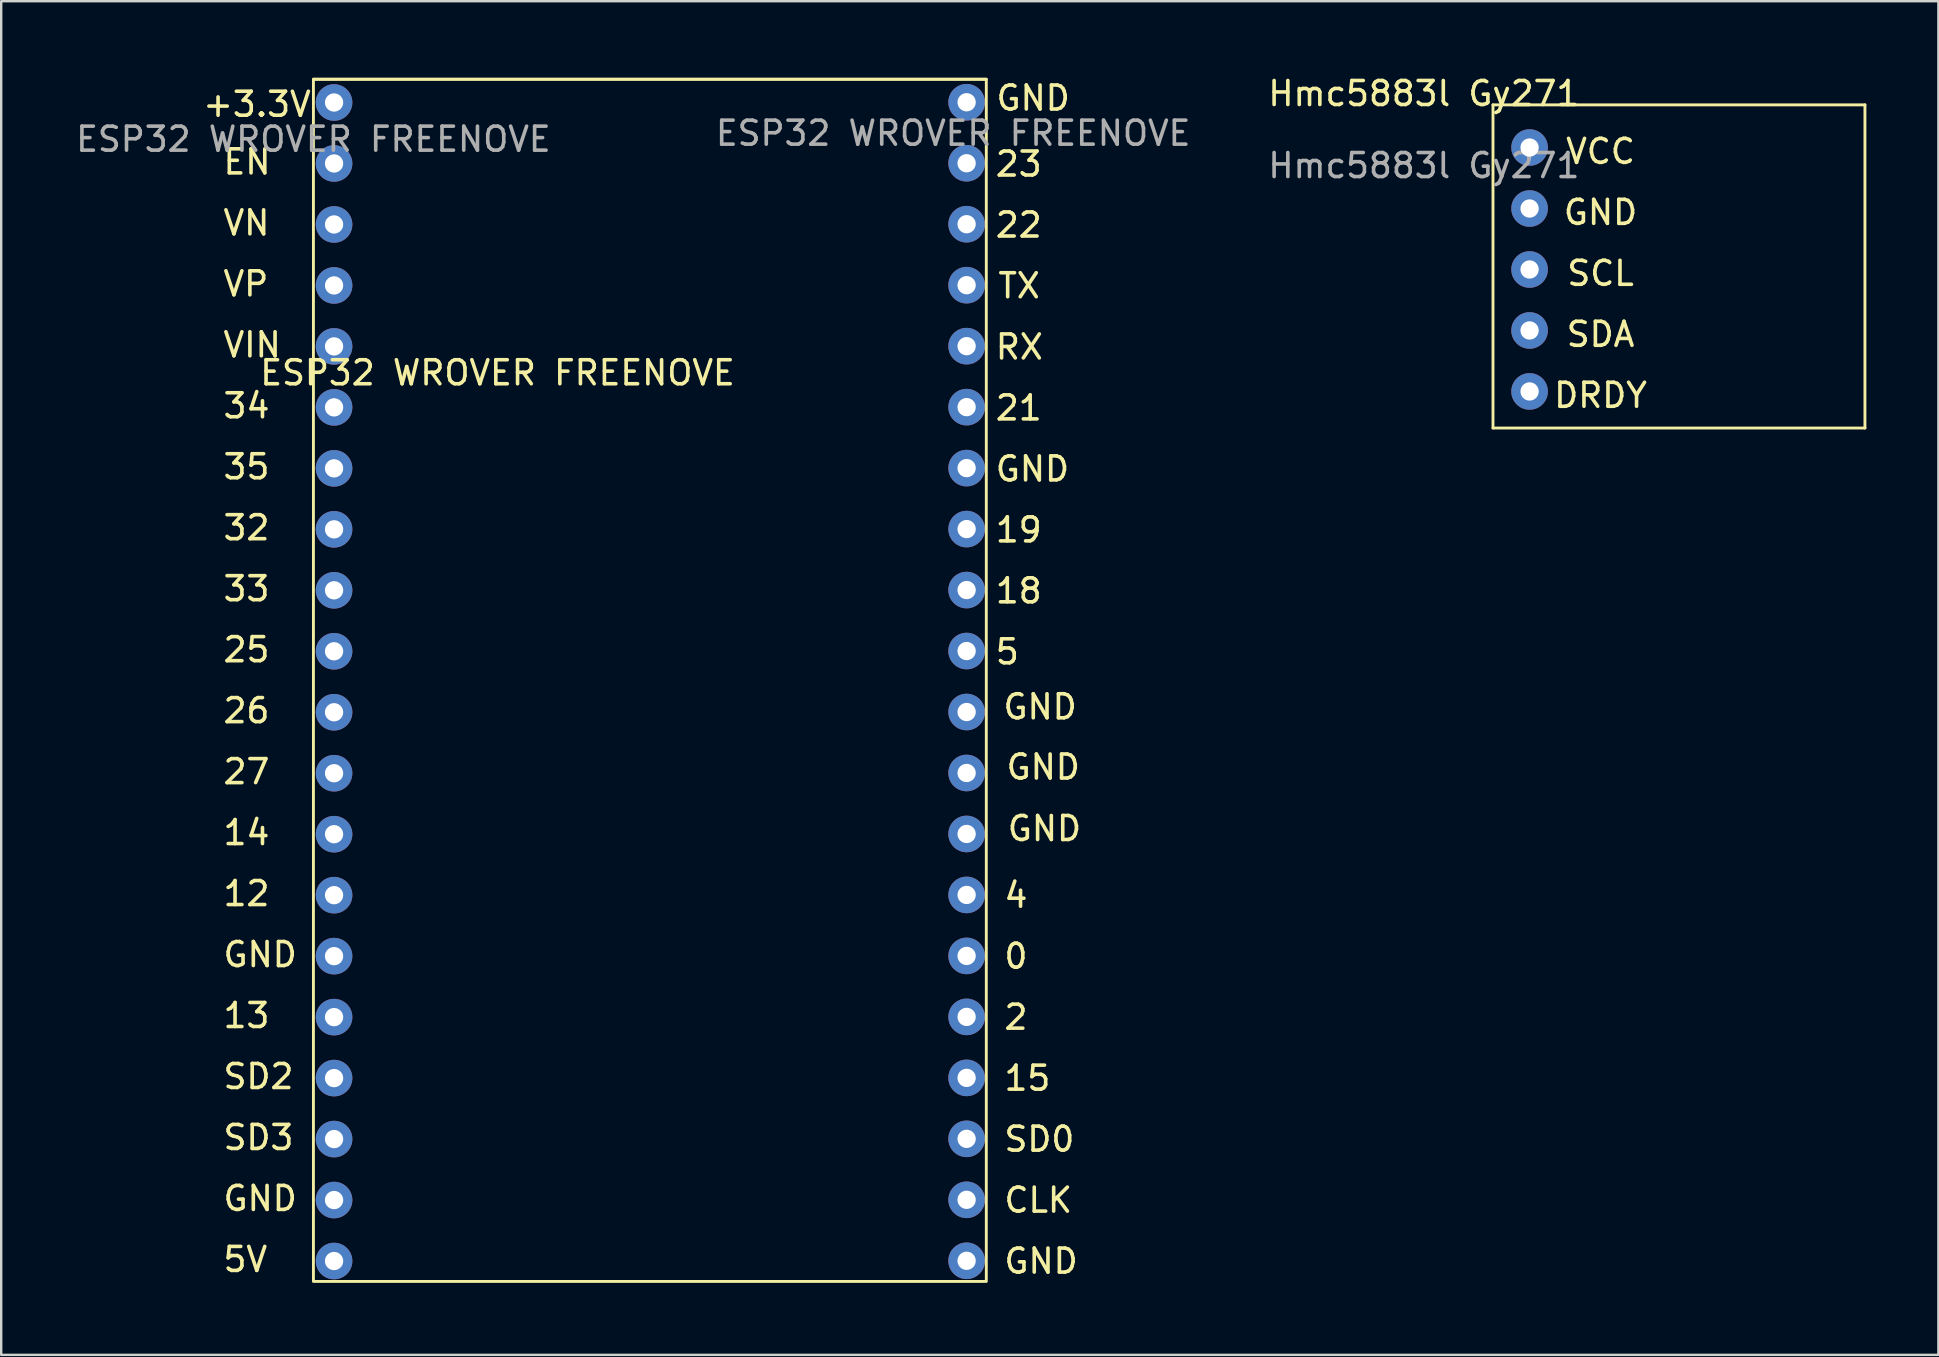
<source format=kicad_pcb>
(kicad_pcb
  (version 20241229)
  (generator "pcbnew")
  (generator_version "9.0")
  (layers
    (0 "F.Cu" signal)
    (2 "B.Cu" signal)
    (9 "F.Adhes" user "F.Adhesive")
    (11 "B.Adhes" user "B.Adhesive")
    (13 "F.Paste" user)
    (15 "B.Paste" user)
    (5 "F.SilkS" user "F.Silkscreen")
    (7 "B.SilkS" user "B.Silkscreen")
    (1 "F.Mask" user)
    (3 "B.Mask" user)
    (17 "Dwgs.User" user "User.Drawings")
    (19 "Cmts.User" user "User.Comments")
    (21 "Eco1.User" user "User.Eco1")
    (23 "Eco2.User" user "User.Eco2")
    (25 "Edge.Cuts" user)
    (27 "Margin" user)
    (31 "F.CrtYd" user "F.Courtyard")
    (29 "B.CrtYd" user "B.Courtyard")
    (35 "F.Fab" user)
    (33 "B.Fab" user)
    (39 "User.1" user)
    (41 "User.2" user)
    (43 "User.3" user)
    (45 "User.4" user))
  (footprint "ESP32 WROVER FREENOVE"
    (layer "F.Cu")
    (at 10.006 0.25)
    (property "Reference" "ESP32 WROVER FREENOVE" (at 7.67 12.23 0) (unlocked yes) (layer "F.SilkS") (effects (font (size 1 1) (thickness 0.15))))
    (attr through_hole)
    (fp_line (start 0 0) (end 28.03 0) (stroke (width 0.12) (type default)) (layer "F.SilkS"))
    (fp_rect (start 0 0) (end 28.03 50.08) (stroke (width 0.12) (type default)) (fill no) (layer "F.SilkS"))
    (fp_text user "14" (at -3.84 31.97 0) (unlocked yes) (layer "F.SilkS") (effects (font (size 1 1) (thickness 0.15)) (justify left bottom)))
    (fp_text user "SD0" (at 28.69 44.74 0) (unlocked yes) (layer "F.SilkS") (effects (font (size 1 1) (thickness 0.15)) (justify left bottom)))
    (fp_text user "19" (at 28.33 19.36 0) (unlocked yes) (layer "F.SilkS") (effects (font (size 1 1) (thickness 0.15)) (justify left bottom)))
    (fp_text user "23" (at 28.33 4.12 0) (unlocked yes) (layer "F.SilkS") (effects (font (size 1 1) (thickness 0.15)) (justify left bottom)))
    (fp_text user "VN" (at -3.84 6.57 0) (unlocked yes) (layer "F.SilkS") (effects (font (size 1 1) (thickness 0.15)) (justify left bottom)))
    (fp_text user "15" (at 28.69 42.2 0) (unlocked yes) (layer "F.SilkS") (effects (font (size 1 1) (thickness 0.15)) (justify left bottom)))
    (fp_text user "TX" (at 28.44 9.19 0) (unlocked yes) (layer "F.SilkS") (effects (font (size 1 1) (thickness 0.15)) (justify left bottom)))
    (fp_text user "RX" (at 28.33 11.74 0) (unlocked yes) (layer "F.SilkS") (effects (font (size 1 1) (thickness 0.15)) (justify left bottom)))
    (fp_text user "GND" (at 28.36 1.37 0) (unlocked yes) (layer "F.SilkS") (effects (font (size 1 1) (thickness 0.15)) (justify left bottom)))
    (fp_text user "25" (at -3.84 24.35 0) (unlocked yes) (layer "F.SilkS") (effects (font (size 1 1) (thickness 0.15)) (justify left bottom)))
    (fp_text user "SD3" (at -3.84 44.67 0) (unlocked yes) (layer "F.SilkS") (effects (font (size 1 1) (thickness 0.15)) (justify left bottom)))
    (fp_text user "2" (at 28.69 39.66 0) (unlocked yes) (layer "F.SilkS") (effects (font (size 1 1) (thickness 0.15)) (justify left bottom)))
    (fp_text user "+3.3V" (at -4.69 1.63 0) (unlocked yes) (layer "F.SilkS") (effects (font (size 1 1) (thickness 0.15)) (justify left bottom)))
    (fp_text user "27" (at -3.84 29.43 0) (unlocked yes) (layer "F.SilkS") (effects (font (size 1 1) (thickness 0.15)) (justify left bottom)))
    (fp_text user "4" (at 28.69 34.58 0) (unlocked yes) (layer "F.SilkS") (effects (font (size 1 1) (thickness 0.15)) (justify left bottom)))
    (fp_text user "GND" (at 28.83 31.8 0) (unlocked yes) (layer "F.SilkS") (effects (font (size 1 1) (thickness 0.15)) (justify left bottom)))
    (fp_text user "32" (at -3.84 19.27 0) (unlocked yes) (layer "F.SilkS") (effects (font (size 1 1) (thickness 0.15)) (justify left bottom)))
    (fp_text user "VIN" (at -3.84 11.65 0) (unlocked yes) (layer "F.SilkS") (effects (font (size 1 1) (thickness 0.15)) (justify left bottom)))
    (fp_text user "12" (at -3.84 34.51 0) (unlocked yes) (layer "F.SilkS") (effects (font (size 1 1) (thickness 0.15)) (justify left bottom)))
    (fp_text user "EN" (at -3.84 4.03 0) (unlocked yes) (layer "F.SilkS") (effects (font (size 1 1) (thickness 0.15)) (justify left bottom)))
    (fp_text user "0" (at 28.69 37.12 0) (unlocked yes) (layer "F.SilkS") (effects (font (size 1 1) (thickness 0.15)) (justify left bottom)))
    (fp_text user "13" (at -3.84 39.59 0) (unlocked yes) (layer "F.SilkS") (effects (font (size 1 1) (thickness 0.15)) (justify left bottom)))
    (fp_text user "26" (at -3.84 26.89 0) (unlocked yes) (layer "F.SilkS") (effects (font (size 1 1) (thickness 0.15)) (justify left bottom)))
    (fp_text user "33" (at -3.84 21.81 0) (unlocked yes) (layer "F.SilkS") (effects (font (size 1 1) (thickness 0.15)) (justify left bottom)))
    (fp_text user "5" (at 28.33 24.44 0) (unlocked yes) (layer "F.SilkS") (effects (font (size 1 1) (thickness 0.15)) (justify left bottom)))
    (fp_text user "GND" (at -3.84 37.05 0) (unlocked yes) (layer "F.SilkS") (effects (font (size 1 1) (thickness 0.15)) (justify left bottom)))
    (fp_text user "34" (at -3.84 14.19 0) (unlocked yes) (layer "F.SilkS") (effects (font (size 1 1) (thickness 0.15)) (justify left bottom)))
    (fp_text user "GND" (at -3.84 47.21 0) (unlocked yes) (layer "F.SilkS") (effects (font (size 1 1) (thickness 0.15)) (justify left bottom)))
    (fp_text user "GND" (at 28.65 26.73 0) (unlocked yes) (layer "F.SilkS") (effects (font (size 1 1) (thickness 0.15)) (justify left bottom)))
    (fp_text user "VP" (at -3.84 9.11 0) (unlocked yes) (layer "F.SilkS") (effects (font (size 1 1) (thickness 0.15)) (justify left bottom)))
    (fp_text user "CLK" (at 28.69 47.28 0) (unlocked yes) (layer "F.SilkS") (effects (font (size 1 1) (thickness 0.15)) (justify left bottom)))
    (fp_text user "GND" (at 28.33 16.82 0) (unlocked yes) (layer "F.SilkS") (effects (font (size 1 1) (thickness 0.15)) (justify left bottom)))
    (fp_text user "22" (at 28.33 6.66 0) (unlocked yes) (layer "F.SilkS") (effects (font (size 1 1) (thickness 0.15)) (justify left bottom)))
    (fp_text user "SD2" (at -3.84 42.13 0) (unlocked yes) (layer "F.SilkS") (effects (font (size 1 1) (thickness 0.15)) (justify left bottom)))
    (fp_text user "GND" (at 28.78 29.24 0) (unlocked yes) (layer "F.SilkS") (effects (font (size 1 1) (thickness 0.15)) (justify left bottom)))
    (fp_text user "GND" (at 28.69 49.82 0) (unlocked yes) (layer "F.SilkS") (effects (font (size 1 1) (thickness 0.15)) (justify left bottom)))
    (fp_text user "5V" (at -3.84 49.75 0) (unlocked yes) (layer "F.SilkS") (effects (font (size 1 1) (thickness 0.15)) (justify left bottom)))
    (fp_text user "35" (at -3.84 16.73 0) (unlocked yes) (layer "F.SilkS") (effects (font (size 1 1) (thickness 0.15)) (justify left bottom)))
    (fp_text user "21" (at 28.33 14.28 0) (unlocked yes) (layer "F.SilkS") (effects (font (size 1 1) (thickness 0.15)) (justify left bottom)))
    (fp_text user "18" (at 28.33 21.9 0) (unlocked yes) (layer "F.SilkS") (effects (font (size 1 1) (thickness 0.15)) (justify left bottom)))
    (fp_text user "${REFERENCE}" (at 26.65 2.25 0) (unlocked yes) (layer "F.Fab") (effects (font (size 1 1) (thickness 0.15))))
    (fp_text user "${REFERENCE}" (at 0 2.5 0) (unlocked yes) (layer "F.Fab") (effects (font (size 1 1) (thickness 0.15))))
    (pad "1" thru_hole circle (at 0.86 0.97) (size 1.524 1.524) (drill 0.762) (layers "*.Cu" "*.Mask"))
    (pad "2" thru_hole circle (at 0.86 3.51) (size 1.524 1.524) (drill 0.762) (layers "*.Cu" "*.Mask"))
    (pad "3" thru_hole circle (at 0.86 6.05) (size 1.524 1.524) (drill 0.762) (layers "*.Cu" "*.Mask"))
    (pad "4" thru_hole circle (at 0.86 8.59) (size 1.524 1.524) (drill 0.762) (layers "*.Cu" "*.Mask"))
    (pad "5" thru_hole circle (at 0.86 11.13) (size 1.524 1.524) (drill 0.762) (layers "*.Cu" "*.Mask"))
    (pad "6" thru_hole circle (at 0.86 13.67) (size 1.524 1.524) (drill 0.762) (layers "*.Cu" "*.Mask"))
    (pad "7" thru_hole circle (at 0.86 16.21) (size 1.524 1.524) (drill 0.762) (layers "*.Cu" "*.Mask"))
    (pad "8" thru_hole circle (at 0.86 18.75) (size 1.524 1.524) (drill 0.762) (layers "*.Cu" "*.Mask"))
    (pad "9" thru_hole circle (at 0.86 21.29) (size 1.524 1.524) (drill 0.762) (layers "*.Cu" "*.Mask"))
    (pad "10" thru_hole circle (at 0.86 23.83) (size 1.524 1.524) (drill 0.762) (layers "*.Cu" "*.Mask"))
    (pad "11" thru_hole circle (at 0.86 26.37) (size 1.524 1.524) (drill 0.762) (layers "*.Cu" "*.Mask"))
    (pad "12" thru_hole circle (at 0.86 28.91) (size 1.524 1.524) (drill 0.762) (layers "*.Cu" "*.Mask"))
    (pad "13" thru_hole circle (at 0.86 31.45) (size 1.524 1.524) (drill 0.762) (layers "*.Cu" "*.Mask"))
    (pad "14" thru_hole circle (at 0.86 33.99) (size 1.524 1.524) (drill 0.762) (layers "*.Cu" "*.Mask"))
    (pad "15" thru_hole circle (at 0.86 36.53) (size 1.524 1.524) (drill 0.762) (layers "*.Cu" "*.Mask"))
    (pad "16" thru_hole circle (at 0.86 39.07) (size 1.524 1.524) (drill 0.762) (layers "*.Cu" "*.Mask"))
    (pad "17" thru_hole circle (at 0.86 41.61) (size 1.524 1.524) (drill 0.762) (layers "*.Cu" "*.Mask"))
    (pad "18" thru_hole circle (at 0.86 44.15) (size 1.524 1.524) (drill 0.762) (layers "*.Cu" "*.Mask"))
    (pad "19" thru_hole circle (at 0.86 46.69) (size 1.524 1.524) (drill 0.762) (layers "*.Cu" "*.Mask"))
    (pad "20" thru_hole circle (at 0.86 49.23) (size 1.524 1.524) (drill 0.762) (layers "*.Cu" "*.Mask"))
    (pad "21" thru_hole circle (at 27.21 0.96) (size 1.524 1.524) (drill 0.762) (layers "*.Cu" "*.Mask"))
    (pad "22" thru_hole circle (at 27.21 3.5) (size 1.524 1.524) (drill 0.762) (layers "*.Cu" "*.Mask"))
    (pad "23" thru_hole circle (at 27.21 6.04) (size 1.524 1.524) (drill 0.762) (layers "*.Cu" "*.Mask"))
    (pad "24" thru_hole circle (at 27.21 8.58) (size 1.524 1.524) (drill 0.762) (layers "*.Cu" "*.Mask"))
    (pad "25" thru_hole circle (at 27.21 11.12) (size 1.524 1.524) (drill 0.762) (layers "*.Cu" "*.Mask"))
    (pad "26" thru_hole circle (at 27.21 13.66) (size 1.524 1.524) (drill 0.762) (layers "*.Cu" "*.Mask"))
    (pad "27" thru_hole circle (at 27.21 16.2) (size 1.524 1.524) (drill 0.762) (layers "*.Cu" "*.Mask"))
    (pad "28" thru_hole circle (at 27.21 18.74) (size 1.524 1.524) (drill 0.762) (layers "*.Cu" "*.Mask"))
    (pad "29" thru_hole circle (at 27.21 21.28) (size 1.524 1.524) (drill 0.762) (layers "*.Cu" "*.Mask"))
    (pad "30" thru_hole circle (at 27.21 23.82) (size 1.524 1.524) (drill 0.762) (layers "*.Cu" "*.Mask"))
    (pad "31" thru_hole circle (at 27.21 26.36) (size 1.524 1.524) (drill 0.762) (layers "*.Cu" "*.Mask"))
    (pad "32" thru_hole circle (at 27.21 28.9) (size 1.524 1.524) (drill 0.762) (layers "*.Cu" "*.Mask"))
    (pad "33" thru_hole circle (at 27.21 31.44) (size 1.524 1.524) (drill 0.762) (layers "*.Cu" "*.Mask"))
    (pad "34" thru_hole circle (at 27.21 33.98) (size 1.524 1.524) (drill 0.762) (layers "*.Cu" "*.Mask"))
    (pad "35" thru_hole circle (at 27.21 36.52) (size 1.524 1.524) (drill 0.762) (layers "*.Cu" "*.Mask"))
    (pad "36" thru_hole circle (at 27.21 39.06) (size 1.524 1.524) (drill 0.762) (layers "*.Cu" "*.Mask"))
    (pad "37" thru_hole circle (at 27.21 41.6) (size 1.524 1.524) (drill 0.762) (layers "*.Cu" "*.Mask"))
    (pad "38" thru_hole circle (at 27.21 44.14) (size 1.524 1.524) (drill 0.762) (layers "*.Cu" "*.Mask"))
    (pad "39" thru_hole circle (at 27.21 46.68) (size 1.524 1.524) (drill 0.762) (layers "*.Cu" "*.Mask"))
    (pad "40" thru_hole circle (at 27.21 49.22) (size 1.524 1.524) (drill 0.762) (layers "*.Cu" "*.Mask")))
  (footprint "Hmc5883l Gy271"
    (layer "F.Cu")
    (at 56.263 1.348)
    (property "Reference" "Hmc5883l Gy271" (at 0 -0.5 0) (unlocked yes) (layer "F.SilkS") (effects (font (size 1 1) (thickness 0.15))))
    (attr through_hole)
    (fp_line (start 2.88 -0.03) (end 18.374 -0.03) (stroke (width 0.12) (type solid)) (layer "F.SilkS"))
    (fp_line (start 2.88 13.432) (end 2.88 -0.03) (stroke (width 0.12) (type solid)) (layer "F.SilkS"))
    (fp_line (start 18.374 -0.03) (end 18.374 13.432) (stroke (width 0.12) (type solid)) (layer "F.SilkS"))
    (fp_line (start 18.374 13.432) (end 2.88 13.432) (stroke (width 0.12) (type solid)) (layer "F.SilkS"))
    (fp_text user "VCC" (at 7.36 1.91 0) (layer "F.SilkS") (effects (font (size 1 1) (thickness 0.15))))
    (fp_text user "DRDY" (at 7.36 12.07 0) (layer "F.SilkS") (effects (font (size 1 1) (thickness 0.15))))
    (fp_text user "GND" (at 7.36 4.45 0) (layer "F.SilkS") (effects (font (size 1 1) (thickness 0.15))))
    (fp_text user "SCL" (at 7.36 6.99 0) (layer "F.SilkS") (effects (font (size 1 1) (thickness 0.15))))
    (fp_text user "SDA" (at 7.36 9.53 0) (layer "F.SilkS") (effects (font (size 1 1) (thickness 0.15))))
    (fp_text user "${REFERENCE}" (at 0 2.5 0) (unlocked yes) (layer "F.Fab") (effects (font (size 1 1) (thickness 0.15))))
    (pad "1" thru_hole circle (at 4.404 1.748) (size 1.524 1.524) (drill 0.762) (layers "*.Cu" "*.Mask"))
    (pad "2" thru_hole circle (at 4.404 4.288) (size 1.524 1.524) (drill 0.762) (layers "*.Cu" "*.Mask"))
    (pad "3" thru_hole circle (at 4.404 6.828) (size 1.524 1.524) (drill 0.762) (layers "*.Cu" "*.Mask"))
    (pad "4" thru_hole circle (at 4.404 9.368) (size 1.524 1.524) (drill 0.762) (layers "*.Cu" "*.Mask"))
    (pad "5" thru_hole circle (at 4.404 11.908) (size 1.524 1.524) (drill 0.762) (layers "*.Cu" "*.Mask")))
  (gr_rect
    (start -3 -3)
    (end 77.697 53.39)
    (stroke (width 0.1) (type default))
    (fill no)
    (layer "Edge.Cuts")))
</source>
